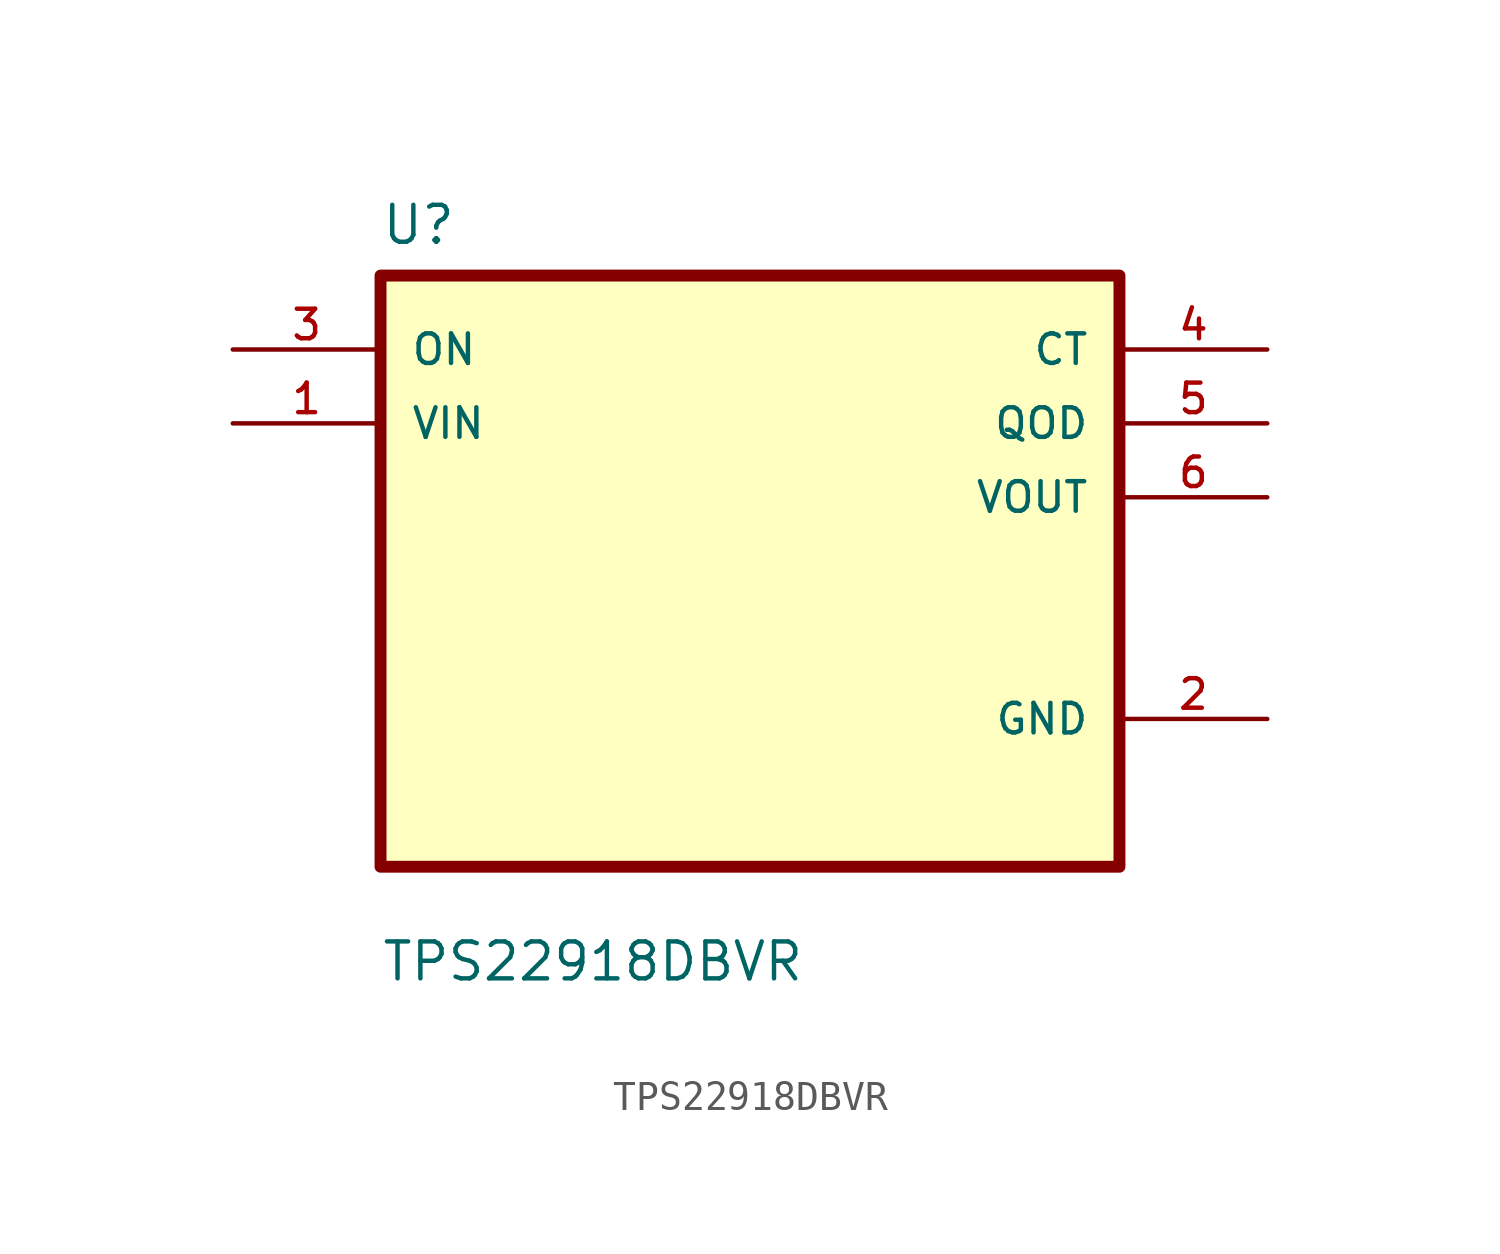
<source format=kicad_sym>
(kicad_symbol_lib
  (version 20211014)
  (generator kicad_symbol_editor)
  (symbol "TPS22918DBVR"
    (pin_names
      (offset 1.016))
    (property "Reference" "U"
      (at -12.7 11.16 0.0)
      (effects (font (size 1.27 1.27)) (justify bottom left)))
    (property "Value" "TPS22918DBVR"
      (at -12.7 -14.16 0.0)
      (effects (font (size 1.27 1.27)) (justify bottom left)))
    (symbol "TPS22918DBVR_0_0"
      (rectangle (start -12.7 -10.16) (end 12.7 10.16) (stroke (width 0.41)) (fill (type background)))
      (pin input line (at -17.78 7.62 0) (length 5.08) (name "ON" (effects (font (size 1.016 1.016)))) (number "3" (effects (font (size 1.016 1.016)))))
      (pin input line (at -17.78 5.08 0) (length 5.08) (name "VIN" (effects (font (size 1.016 1.016)))) (number "1" (effects (font (size 1.016 1.016)))))
      (pin output line (at 17.78 7.62 180.0) (length 5.08) (name "CT" (effects (font (size 1.016 1.016)))) (number "4" (effects (font (size 1.016 1.016)))))
      (pin output line (at 17.78 5.08 180.0) (length 5.08) (name "QOD" (effects (font (size 1.016 1.016)))) (number "5" (effects (font (size 1.016 1.016)))))
      (pin output line (at 17.78 2.54 180.0) (length 5.08) (name "VOUT" (effects (font (size 1.016 1.016)))) (number "6" (effects (font (size 1.016 1.016)))))
      (pin power_in line (at 17.78 -5.08 180.0) (length 5.08) (name "GND" (effects (font (size 1.016 1.016)))) (number "2" (effects (font (size 1.016 1.016))))))))
</source>
